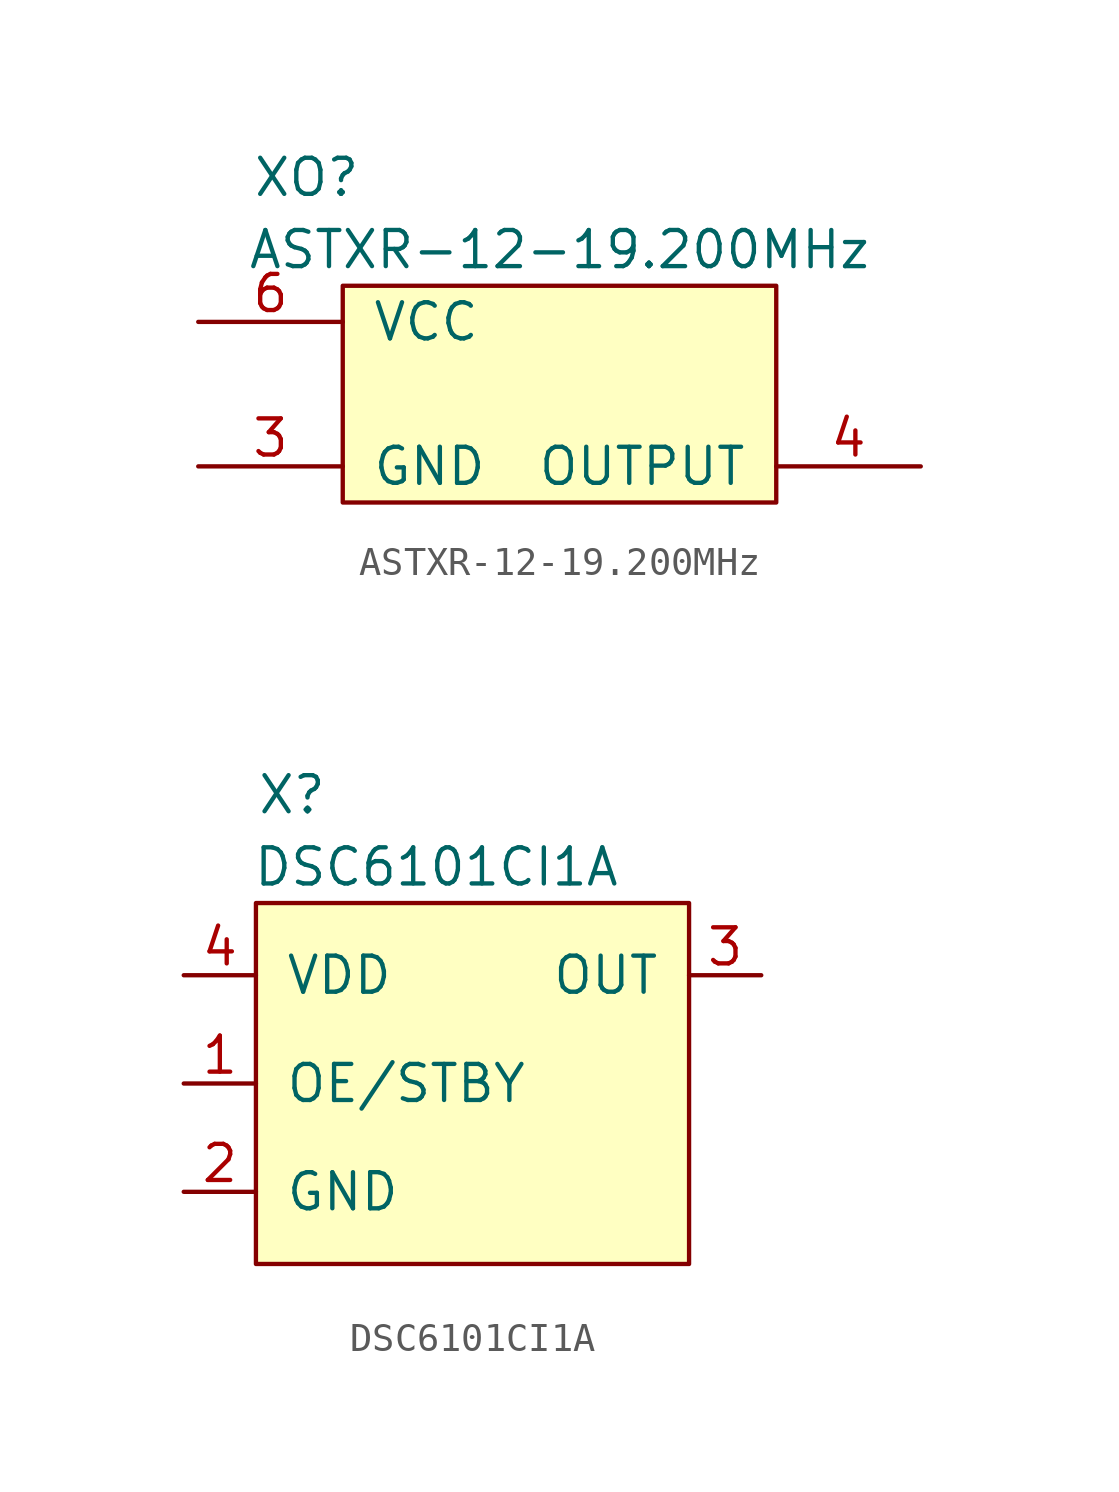
<source format=kicad_sym>
(kicad_symbol_lib
  (version 20201005)
  (generator kicad_symbol_editor)
  (symbol "ASTXR-12-19.200MHz"
    (pin_names
      (offset 1.016))
    (property "Reference" "XO"
      (at -8.89 7.62 0)
      (effects (font (size 1.27 1.27))))
    (property "Value" "ASTXR-12-19.200MHz"
      (at 0 5.08 0)
      (effects (font (size 1.27 1.27))))
    (symbol "ASTXR-12-19.200MHz_0_1"
      (rectangle (start -7.62 3.81) (end 7.62 -3.81) (stroke (width 0)) (fill (type background))))
    (symbol "ASTXR-12-19.200MHz_1_1"
      (pin power_in line (at -12.7 -2.54 0) (length 5.08) (name "GND" (effects (font (size 1.27 1.27)))) (number "3" (effects (font (size 1.27 1.27)))))
      (pin output line (at 12.7 -2.54 180) (length 5.08) (name "OUTPUT" (effects (font (size 1.27 1.27)))) (number "4" (effects (font (size 1.27 1.27)))))
      (pin power_in line (at -12.7 2.54 0) (length 5.08) (name "VCC" (effects (font (size 1.27 1.27)))) (number "6" (effects (font (size 1.27 1.27)))))))
  (symbol "DSC6101CI1A"
    (pin_names
      (offset 1.016))
    (property "Reference" "X"
      (at -6.35 10.16 0)
      (effects (font (size 1.27 1.27))))
    (property "Value" "DSC6101CI1A"
      (at -1.27 7.62 0)
      (effects (font (size 1.27 1.27))))
    (symbol "DSC6101CI1A_0_1"
      (rectangle (start -7.62 6.35) (end 7.62 -6.35) (stroke (width 0)) (fill (type background))))
    (symbol "DSC6101CI1A_1_1"
      (pin input line (at -10.16 0 0) (length 2.54) (name "OE/STBY" (effects (font (size 1.27 1.27)))) (number "1" (effects (font (size 1.27 1.27)))))
      (pin input line (at -10.16 -3.81 0) (length 2.54) (name "GND" (effects (font (size 1.27 1.27)))) (number "2" (effects (font (size 1.27 1.27)))))
      (pin output line (at 10.16 3.81 180) (length 2.54) (name "OUT" (effects (font (size 1.27 1.27)))) (number "3" (effects (font (size 1.27 1.27)))))
      (pin power_in line (at -10.16 3.81 0) (length 2.54) (name "VDD" (effects (font (size 1.27 1.27)))) (number "4" (effects (font (size 1.27 1.27))))))))
</source>
